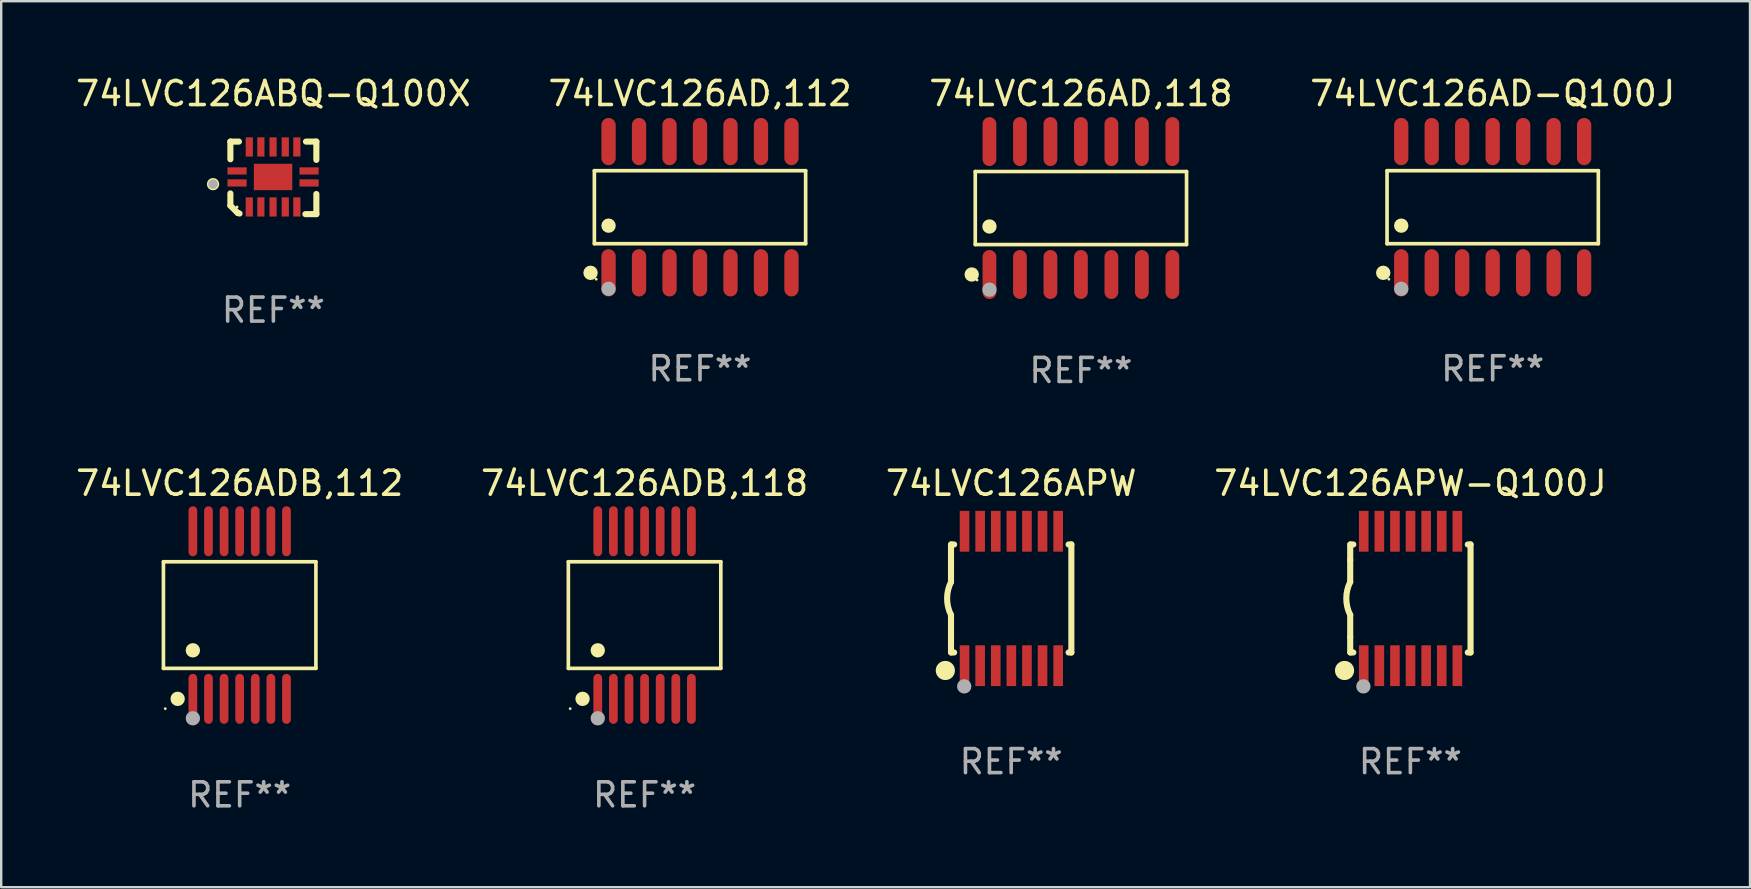
<source format=kicad_pcb>
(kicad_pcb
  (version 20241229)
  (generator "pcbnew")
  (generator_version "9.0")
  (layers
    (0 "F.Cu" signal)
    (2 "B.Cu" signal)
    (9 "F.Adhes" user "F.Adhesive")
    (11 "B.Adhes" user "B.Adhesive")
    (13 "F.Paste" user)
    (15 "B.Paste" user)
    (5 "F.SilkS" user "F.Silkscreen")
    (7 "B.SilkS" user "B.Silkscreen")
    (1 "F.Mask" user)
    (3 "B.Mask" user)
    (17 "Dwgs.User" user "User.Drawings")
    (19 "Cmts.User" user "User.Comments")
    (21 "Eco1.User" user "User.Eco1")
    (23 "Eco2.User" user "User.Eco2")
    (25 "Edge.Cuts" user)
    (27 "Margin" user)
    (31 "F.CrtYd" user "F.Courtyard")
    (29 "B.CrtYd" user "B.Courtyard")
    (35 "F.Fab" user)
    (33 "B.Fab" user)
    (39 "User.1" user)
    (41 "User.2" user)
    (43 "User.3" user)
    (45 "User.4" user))
  (footprint "74LVC126APW"
    (layer "F.Cu")
    (at 39.077 21.883)
    (property "Reference" "74LVC126APW" (at 0 -4.8 0) (layer "F.SilkS") (effects (font (size 1 1) (thickness 0.15))))
    (attr through_hole)
    (fp_line (start -2.507 -1.6) (end -2.507 -2.25) (stroke (width 0.254) (type solid)) (layer "F.SilkS"))
    (fp_line (start -2.507 -0.686) (end -2.507 -1.6) (stroke (width 0.254) (type solid)) (layer "F.SilkS"))
    (fp_line (start -2.507 1.6) (end -2.507 0.686) (stroke (width 0.254) (type solid)) (layer "F.SilkS"))
    (fp_line (start -2.507 1.6) (end -2.507 2.25) (stroke (width 0.254) (type solid)) (layer "F.SilkS"))
    (fp_line (start -2.493 -2.25) (end -2.377 -2.25) (stroke (width 0.254) (type solid)) (layer "F.SilkS"))
    (fp_line (start -2.377 2.25) (end -2.493 2.25) (stroke (width 0.254) (type solid)) (layer "F.SilkS"))
    (fp_line (start 2.392 -2.25) (end 2.507 -2.25) (stroke (width 0.254) (type solid)) (layer "F.SilkS"))
    (fp_line (start 2.507 -2.25) (end 2.507 2.25) (stroke (width 0.254) (type solid)) (layer "F.SilkS"))
    (fp_line (start 2.507 2.25) (end 2.392 2.25) (stroke (width 0.254) (type solid)) (layer "F.SilkS"))
    (fp_arc (start -2.507303 0.685802) (mid -2.669199 0) (end -2.507303 -0.685801) (stroke (width 0.254001) (type solid)) (layer "F.SilkS"))
    (fp_circle (center -2.743 3) (end -2.543 3) (stroke (width 0.4) (type solid)) (fill no) (layer "F.SilkS"))
    (fp_circle (center -2.493 3.2) (end -2.463 3.2) (stroke (width 0.06) (type solid)) (fill no) (layer "F.SilkS"))
    (fp_circle (center -1.957 3.662) (end -1.807 3.662) (stroke (width 0.3) (type solid)) (fill no) (layer "F.Fab"))
    (fp_text user "REF**" (at 0 6.8 0) (layer "F.Fab") (effects (font (size 1 1) (thickness 0.15))))
    (pad "1" smd rect (at -1.943 2.8) (size 0.4 1.7) (layers "F.Cu" "F.Mask" "F.Paste"))
    (pad "2" smd rect (at -1.293 2.8) (size 0.4 1.7) (layers "F.Cu" "F.Mask" "F.Paste"))
    (pad "3" smd rect (at -0.643 2.8) (size 0.4 1.7) (layers "F.Cu" "F.Mask" "F.Paste"))
    (pad "4" smd rect (at 0.007 2.8) (size 0.4 1.7) (layers "F.Cu" "F.Mask" "F.Paste"))
    (pad "5" smd rect (at 0.657 2.8) (size 0.4 1.7) (layers "F.Cu" "F.Mask" "F.Paste"))
    (pad "6" smd rect (at 1.307 2.8) (size 0.4 1.7) (layers "F.Cu" "F.Mask" "F.Paste"))
    (pad "7" smd rect (at 1.957 2.8) (size 0.4 1.7) (layers "F.Cu" "F.Mask" "F.Paste"))
    (pad "8" smd rect (at 1.957 -2.8) (size 0.4 1.7) (layers "F.Cu" "F.Mask" "F.Paste"))
    (pad "9" smd rect (at 1.307 -2.8) (size 0.4 1.7) (layers "F.Cu" "F.Mask" "F.Paste"))
    (pad "10" smd rect (at 0.657 -2.8) (size 0.4 1.7) (layers "F.Cu" "F.Mask" "F.Paste"))
    (pad "11" smd rect (at 0.007 -2.8) (size 0.4 1.7) (layers "F.Cu" "F.Mask" "F.Paste"))
    (pad "12" smd rect (at -0.643 -2.8) (size 0.4 1.7) (layers "F.Cu" "F.Mask" "F.Paste"))
    (pad "13" smd rect (at -1.293 -2.8) (size 0.4 1.7) (layers "F.Cu" "F.Mask" "F.Paste"))
    (pad "14" smd rect (at -1.943 -2.8) (size 0.4 1.7) (layers "F.Cu" "F.Mask" "F.Paste")))
  (footprint "74LVC126AD-Q100J"
    (layer "F.Cu")
    (at 59.137 5.582)
    (property "Reference" "74LVC126AD-Q100J" (at 0 -4.734 0) (layer "F.SilkS") (effects (font (size 1 1) (thickness 0.15))))
    (attr through_hole)
    (fp_line (start -4.401 -1.521) (end 4.401 -1.521) (stroke (width 0.152) (type solid)) (layer "F.SilkS"))
    (fp_line (start -4.401 1.521) (end -4.401 -1.521) (stroke (width 0.152) (type solid)) (layer "F.SilkS"))
    (fp_line (start 4.401 -1.521) (end 4.401 1.521) (stroke (width 0.152) (type solid)) (layer "F.SilkS"))
    (fp_line (start 4.401 1.521) (end -4.401 1.521) (stroke (width 0.152) (type solid)) (layer "F.SilkS"))
    (fp_circle (center -4.56 2.734) (end -4.41 2.734) (stroke (width 0.3) (type solid)) (fill no) (layer "F.SilkS"))
    (fp_circle (center -4.325 3) (end -4.295 3) (stroke (width 0.06) (type solid)) (fill no) (layer "F.SilkS"))
    (fp_circle (center -3.81 0.769) (end -3.66 0.769) (stroke (width 0.3) (type solid)) (fill no) (layer "F.SilkS"))
    (fp_circle (center -3.81 3.4) (end -3.66 3.4) (stroke (width 0.3) (type solid)) (fill no) (layer "F.Fab"))
    (fp_text user "REF**" (at 0 6.734 0) (layer "F.Fab") (effects (font (size 1 1) (thickness 0.15))))
    (pad "1" smd oval (at -3.81 2.734) (size 0.595 1.968) (layers "F.Cu" "F.Mask" "F.Paste"))
    (pad "2" smd oval (at -2.54 2.734) (size 0.595 1.968) (layers "F.Cu" "F.Mask" "F.Paste"))
    (pad "3" smd oval (at -1.27 2.734) (size 0.595 1.968) (layers "F.Cu" "F.Mask" "F.Paste"))
    (pad "4" smd oval (at 0 2.734) (size 0.595 1.968) (layers "F.Cu" "F.Mask" "F.Paste"))
    (pad "5" smd oval (at 1.27 2.734) (size 0.595 1.968) (layers "F.Cu" "F.Mask" "F.Paste"))
    (pad "6" smd oval (at 2.54 2.734) (size 0.595 1.968) (layers "F.Cu" "F.Mask" "F.Paste"))
    (pad "7" smd oval (at 3.81 2.734) (size 0.595 1.968) (layers "F.Cu" "F.Mask" "F.Paste"))
    (pad "8" smd oval (at 3.81 -2.734) (size 0.595 1.968) (layers "F.Cu" "F.Mask" "F.Paste"))
    (pad "9" smd oval (at 2.54 -2.734) (size 0.595 1.968) (layers "F.Cu" "F.Mask" "F.Paste"))
    (pad "10" smd oval (at 1.27 -2.734) (size 0.595 1.968) (layers "F.Cu" "F.Mask" "F.Paste"))
    (pad "11" smd oval (at 0 -2.734) (size 0.595 1.968) (layers "F.Cu" "F.Mask" "F.Paste"))
    (pad "12" smd oval (at -1.27 -2.734) (size 0.595 1.968) (layers "F.Cu" "F.Mask" "F.Paste"))
    (pad "13" smd oval (at -2.54 -2.734) (size 0.595 1.968) (layers "F.Cu" "F.Mask" "F.Paste"))
    (pad "14" smd oval (at -3.81 -2.734) (size 0.595 1.968) (layers "F.Cu" "F.Mask" "F.Paste")))
  (footprint "74LVC126ADB,112"
    (layer "F.Cu")
    (at 6.935 22.574)
    (property "Reference" "74LVC126ADB,112" (at 0 -5.491 0) (layer "F.SilkS") (effects (font (size 1 1) (thickness 0.15))))
    (attr through_hole)
    (fp_line (start -3.176 -2.221) (end 3.176 -2.221) (stroke (width 0.152) (type solid)) (layer "F.SilkS"))
    (fp_line (start -3.176 2.221) (end -3.176 -2.221) (stroke (width 0.152) (type solid)) (layer "F.SilkS"))
    (fp_line (start 3.176 -2.221) (end 3.176 2.221) (stroke (width 0.152) (type solid)) (layer "F.SilkS"))
    (fp_line (start 3.176 2.221) (end -3.176 2.221) (stroke (width 0.152) (type solid)) (layer "F.SilkS"))
    (fp_circle (center -3.1 3.9) (end -3.07 3.9) (stroke (width 0.06) (type solid)) (fill no) (layer "F.SilkS"))
    (fp_circle (center -2.584 3.491) (end -2.434 3.491) (stroke (width 0.3) (type solid)) (fill no) (layer "F.SilkS"))
    (fp_circle (center -1.95 1.469) (end -1.8 1.469) (stroke (width 0.3) (type solid)) (fill no) (layer "F.SilkS"))
    (fp_circle (center -1.95 4.3) (end -1.8 4.3) (stroke (width 0.3) (type solid)) (fill no) (layer "F.Fab"))
    (fp_text user "REF**" (at 0 7.491 0) (layer "F.Fab") (effects (font (size 1 1) (thickness 0.15))))
    (pad "1" smd oval (at -1.95 3.491) (size 0.364 2.082) (layers "F.Cu" "F.Mask" "F.Paste"))
    (pad "2" smd oval (at -1.3 3.491) (size 0.364 2.082) (layers "F.Cu" "F.Mask" "F.Paste"))
    (pad "3" smd oval (at -0.65 3.491) (size 0.364 2.082) (layers "F.Cu" "F.Mask" "F.Paste"))
    (pad "4" smd oval (at 0 3.491) (size 0.364 2.082) (layers "F.Cu" "F.Mask" "F.Paste"))
    (pad "5" smd oval (at 0.65 3.491) (size 0.364 2.082) (layers "F.Cu" "F.Mask" "F.Paste"))
    (pad "6" smd oval (at 1.3 3.491) (size 0.364 2.082) (layers "F.Cu" "F.Mask" "F.Paste"))
    (pad "7" smd oval (at 1.95 3.491) (size 0.364 2.082) (layers "F.Cu" "F.Mask" "F.Paste"))
    (pad "8" smd oval (at 1.95 -3.491) (size 0.364 2.082) (layers "F.Cu" "F.Mask" "F.Paste"))
    (pad "9" smd oval (at 1.3 -3.491) (size 0.364 2.082) (layers "F.Cu" "F.Mask" "F.Paste"))
    (pad "10" smd oval (at 0.65 -3.491) (size 0.364 2.082) (layers "F.Cu" "F.Mask" "F.Paste"))
    (pad "11" smd oval (at 0 -3.491) (size 0.364 2.082) (layers "F.Cu" "F.Mask" "F.Paste"))
    (pad "12" smd oval (at -0.65 -3.491) (size 0.364 2.082) (layers "F.Cu" "F.Mask" "F.Paste"))
    (pad "13" smd oval (at -1.3 -3.491) (size 0.364 2.082) (layers "F.Cu" "F.Mask" "F.Paste"))
    (pad "14" smd oval (at -1.95 -3.491) (size 0.364 2.082) (layers "F.Cu" "F.Mask" "F.Paste")))
  (footprint "74LVC126APW-Q100J"
    (layer "F.Cu")
    (at 55.708 21.883)
    (property "Reference" "74LVC126APW-Q100J" (at 0 -4.8 0) (layer "F.SilkS") (effects (font (size 1 1) (thickness 0.15))))
    (attr through_hole)
    (fp_line (start -2.507 -1.6) (end -2.507 -2.25) (stroke (width 0.254) (type solid)) (layer "F.SilkS"))
    (fp_line (start -2.507 -0.686) (end -2.507 -1.6) (stroke (width 0.254) (type solid)) (layer "F.SilkS"))
    (fp_line (start -2.507 1.6) (end -2.507 0.686) (stroke (width 0.254) (type solid)) (layer "F.SilkS"))
    (fp_line (start -2.507 1.6) (end -2.507 2.25) (stroke (width 0.254) (type solid)) (layer "F.SilkS"))
    (fp_line (start -2.493 -2.25) (end -2.377 -2.25) (stroke (width 0.254) (type solid)) (layer "F.SilkS"))
    (fp_line (start -2.377 2.25) (end -2.493 2.25) (stroke (width 0.254) (type solid)) (layer "F.SilkS"))
    (fp_line (start 2.392 -2.25) (end 2.507 -2.25) (stroke (width 0.254) (type solid)) (layer "F.SilkS"))
    (fp_line (start 2.507 -2.25) (end 2.507 2.25) (stroke (width 0.254) (type solid)) (layer "F.SilkS"))
    (fp_line (start 2.507 2.25) (end 2.392 2.25) (stroke (width 0.254) (type solid)) (layer "F.SilkS"))
    (fp_arc (start -2.507303 0.685802) (mid -2.669199 0) (end -2.507303 -0.685801) (stroke (width 0.254001) (type solid)) (layer "F.SilkS"))
    (fp_circle (center -2.743 3) (end -2.543 3) (stroke (width 0.4) (type solid)) (fill no) (layer "F.SilkS"))
    (fp_circle (center -2.493 3.2) (end -2.463 3.2) (stroke (width 0.06) (type solid)) (fill no) (layer "F.SilkS"))
    (fp_circle (center -1.957 3.662) (end -1.807 3.662) (stroke (width 0.3) (type solid)) (fill no) (layer "F.Fab"))
    (fp_text user "REF**" (at 0 6.8 0) (layer "F.Fab") (effects (font (size 1 1) (thickness 0.15))))
    (pad "1" smd rect (at -1.943 2.8) (size 0.4 1.7) (layers "F.Cu" "F.Mask" "F.Paste"))
    (pad "2" smd rect (at -1.293 2.8) (size 0.4 1.7) (layers "F.Cu" "F.Mask" "F.Paste"))
    (pad "3" smd rect (at -0.643 2.8) (size 0.4 1.7) (layers "F.Cu" "F.Mask" "F.Paste"))
    (pad "4" smd rect (at 0.007 2.8) (size 0.4 1.7) (layers "F.Cu" "F.Mask" "F.Paste"))
    (pad "5" smd rect (at 0.657 2.8) (size 0.4 1.7) (layers "F.Cu" "F.Mask" "F.Paste"))
    (pad "6" smd rect (at 1.307 2.8) (size 0.4 1.7) (layers "F.Cu" "F.Mask" "F.Paste"))
    (pad "7" smd rect (at 1.957 2.8) (size 0.4 1.7) (layers "F.Cu" "F.Mask" "F.Paste"))
    (pad "8" smd rect (at 1.957 -2.8) (size 0.4 1.7) (layers "F.Cu" "F.Mask" "F.Paste"))
    (pad "9" smd rect (at 1.307 -2.8) (size 0.4 1.7) (layers "F.Cu" "F.Mask" "F.Paste"))
    (pad "10" smd rect (at 0.657 -2.8) (size 0.4 1.7) (layers "F.Cu" "F.Mask" "F.Paste"))
    (pad "11" smd rect (at 0.007 -2.8) (size 0.4 1.7) (layers "F.Cu" "F.Mask" "F.Paste"))
    (pad "12" smd rect (at -0.643 -2.8) (size 0.4 1.7) (layers "F.Cu" "F.Mask" "F.Paste"))
    (pad "13" smd rect (at -1.293 -2.8) (size 0.4 1.7) (layers "F.Cu" "F.Mask" "F.Paste"))
    (pad "14" smd rect (at -1.943 -2.8) (size 0.4 1.7) (layers "F.Cu" "F.Mask" "F.Paste")))
  (footprint "74LVC126ADB,118"
    (layer "F.Cu")
    (at 23.804 22.574)
    (property "Reference" "74LVC126ADB,118" (at 0 -5.491 0) (layer "F.SilkS") (effects (font (size 1 1) (thickness 0.15))))
    (attr through_hole)
    (fp_line (start -3.176 -2.221) (end 3.176 -2.221) (stroke (width 0.152) (type solid)) (layer "F.SilkS"))
    (fp_line (start -3.176 2.221) (end -3.176 -2.221) (stroke (width 0.152) (type solid)) (layer "F.SilkS"))
    (fp_line (start 3.176 -2.221) (end 3.176 2.221) (stroke (width 0.152) (type solid)) (layer "F.SilkS"))
    (fp_line (start 3.176 2.221) (end -3.176 2.221) (stroke (width 0.152) (type solid)) (layer "F.SilkS"))
    (fp_circle (center -3.1 3.9) (end -3.07 3.9) (stroke (width 0.06) (type solid)) (fill no) (layer "F.SilkS"))
    (fp_circle (center -2.584 3.491) (end -2.434 3.491) (stroke (width 0.3) (type solid)) (fill no) (layer "F.SilkS"))
    (fp_circle (center -1.95 1.469) (end -1.8 1.469) (stroke (width 0.3) (type solid)) (fill no) (layer "F.SilkS"))
    (fp_circle (center -1.95 4.3) (end -1.8 4.3) (stroke (width 0.3) (type solid)) (fill no) (layer "F.Fab"))
    (fp_text user "REF**" (at 0 7.491 0) (layer "F.Fab") (effects (font (size 1 1) (thickness 0.15))))
    (pad "1" smd oval (at -1.95 3.491) (size 0.364 2.082) (layers "F.Cu" "F.Mask" "F.Paste"))
    (pad "2" smd oval (at -1.3 3.491) (size 0.364 2.082) (layers "F.Cu" "F.Mask" "F.Paste"))
    (pad "3" smd oval (at -0.65 3.491) (size 0.364 2.082) (layers "F.Cu" "F.Mask" "F.Paste"))
    (pad "4" smd oval (at 0 3.491) (size 0.364 2.082) (layers "F.Cu" "F.Mask" "F.Paste"))
    (pad "5" smd oval (at 0.65 3.491) (size 0.364 2.082) (layers "F.Cu" "F.Mask" "F.Paste"))
    (pad "6" smd oval (at 1.3 3.491) (size 0.364 2.082) (layers "F.Cu" "F.Mask" "F.Paste"))
    (pad "7" smd oval (at 1.95 3.491) (size 0.364 2.082) (layers "F.Cu" "F.Mask" "F.Paste"))
    (pad "8" smd oval (at 1.95 -3.491) (size 0.364 2.082) (layers "F.Cu" "F.Mask" "F.Paste"))
    (pad "9" smd oval (at 1.3 -3.491) (size 0.364 2.082) (layers "F.Cu" "F.Mask" "F.Paste"))
    (pad "10" smd oval (at 0.65 -3.491) (size 0.364 2.082) (layers "F.Cu" "F.Mask" "F.Paste"))
    (pad "11" smd oval (at 0 -3.491) (size 0.364 2.082) (layers "F.Cu" "F.Mask" "F.Paste"))
    (pad "12" smd oval (at -0.65 -3.491) (size 0.364 2.082) (layers "F.Cu" "F.Mask" "F.Paste"))
    (pad "13" smd oval (at -1.3 -3.491) (size 0.364 2.082) (layers "F.Cu" "F.Mask" "F.Paste"))
    (pad "14" smd oval (at -1.95 -3.491) (size 0.364 2.082) (layers "F.Cu" "F.Mask" "F.Paste")))
  (footprint "74LVC126ABQ-Q100X"
    (layer "F.Cu")
    (at 8.339 4.36)
    (property "Reference" "74LVC126ABQ-Q100X" (at 0 -3.511 0) (layer "F.SilkS") (effects (font (size 1 1) (thickness 0.15))))
    (attr through_hole)
    (fp_line (start -1.791 -1.511) (end -1.435 -1.511) (stroke (width 0.254) (type solid)) (layer "F.SilkS"))
    (fp_line (start -1.791 -0.775) (end -1.791 -1.511) (stroke (width 0.254) (type solid)) (layer "F.SilkS"))
    (fp_line (start -1.791 1.156) (end -1.791 0.648) (stroke (width 0.254) (type solid)) (layer "F.SilkS"))
    (fp_line (start -1.486 1.461) (end -1.791 1.156) (stroke (width 0.254) (type solid)) (layer "F.SilkS"))
    (fp_line (start -1.41 1.486) (end -1.486 1.461) (stroke (width 0.254) (type solid)) (layer "F.SilkS"))
    (fp_line (start 1.334 1.511) (end 1.791 1.511) (stroke (width 0.254) (type solid)) (layer "F.SilkS"))
    (fp_line (start 1.791 -1.511) (end 1.359 -1.511) (stroke (width 0.254) (type solid)) (layer "F.SilkS"))
    (fp_line (start 1.791 -0.749) (end 1.791 -1.511) (stroke (width 0.254) (type solid)) (layer "F.SilkS"))
    (fp_line (start 1.791 1.511) (end 1.791 0.673) (stroke (width 0.254) (type solid)) (layer "F.SilkS"))
    (fp_circle (center -2.513 0.262) (end -2.383 0.262) (stroke (width 0.254) (type solid)) (fill no) (layer "F.SilkS"))
    (fp_circle (center -1.513 1.212) (end -1.483 1.212) (stroke (width 0.06) (type solid)) (fill no) (layer "F.SilkS"))
    (fp_circle (center -2.513 0.262) (end -2.413 0.262) (stroke (width 0.2) (type solid)) (fill no) (layer "F.Fab"))
    (fp_text user "REF**" (at 0 5.511 0) (layer "F.Fab") (effects (font (size 1 1) (thickness 0.15))))
    (pad "1" smd rect (at -1.513 0.212) (size 0.8 0.3) (layers "F.Cu" "F.Mask" "F.Paste"))
    (pad "2" smd rect (at -1.003 1.212) (size 0.3 0.8) (layers "F.Cu" "F.Mask" "F.Paste"))
    (pad "3" smd rect (at -0.521 1.212) (size 0.3 0.8) (layers "F.Cu" "F.Mask" "F.Paste"))
    (pad "4" smd rect (at -0.013 1.212) (size 0.3 0.8) (layers "F.Cu" "F.Mask" "F.Paste"))
    (pad "5" smd rect (at 0.495 1.212) (size 0.3 0.8) (layers "F.Cu" "F.Mask" "F.Paste"))
    (pad "6" smd rect (at 0.978 1.212) (size 0.3 0.8) (layers "F.Cu" "F.Mask" "F.Paste"))
    (pad "7" smd rect (at 1.487 0.212) (size 0.8 0.3) (layers "F.Cu" "F.Mask" "F.Paste"))
    (pad "8" smd rect (at 1.487 -0.288) (size 0.8 0.3) (layers "F.Cu" "F.Mask" "F.Paste"))
    (pad "9" smd rect (at 0.978 -1.288) (size 0.3 0.8) (layers "F.Cu" "F.Mask" "F.Paste"))
    (pad "10" smd rect (at 0.495 -1.288) (size 0.3 0.8) (layers "F.Cu" "F.Mask" "F.Paste"))
    (pad "11" smd rect (at -0.013 -1.288) (size 0.3 0.8) (layers "F.Cu" "F.Mask" "F.Paste"))
    (pad "12" smd rect (at -0.521 -1.288) (size 0.3 0.8) (layers "F.Cu" "F.Mask" "F.Paste"))
    (pad "13" smd rect (at -1.003 -1.288) (size 0.3 0.8) (layers "F.Cu" "F.Mask" "F.Paste"))
    (pad "14" smd rect (at -1.513 -0.288) (size 0.8 0.3) (layers "F.Cu" "F.Mask" "F.Paste"))
    (pad "15" smd rect (at -0.013 -0.038 90) (size 1.1 1.6) (layers "F.Cu" "F.Mask" "F.Paste")))
  (footprint "74LVC126AD,118"
    (layer "F.Cu")
    (at 41.982 5.617)
    (property "Reference" "74LVC126AD,118" (at 0 -4.769 0) (layer "F.SilkS") (effects (font (size 1 1) (thickness 0.15))))
    (attr through_hole)
    (fp_line (start -4.401 -1.521) (end 4.401 -1.521) (stroke (width 0.152) (type solid)) (layer "F.SilkS"))
    (fp_line (start -4.401 1.521) (end -4.401 -1.521) (stroke (width 0.152) (type solid)) (layer "F.SilkS"))
    (fp_line (start 4.401 -1.521) (end 4.401 1.521) (stroke (width 0.152) (type solid)) (layer "F.SilkS"))
    (fp_line (start 4.401 1.521) (end -4.401 1.521) (stroke (width 0.152) (type solid)) (layer "F.SilkS"))
    (fp_circle (center -4.549 2.769) (end -4.399 2.769) (stroke (width 0.3) (type solid)) (fill no) (layer "F.SilkS"))
    (fp_circle (center -4.325 3) (end -4.295 3) (stroke (width 0.06) (type solid)) (fill no) (layer "F.SilkS"))
    (fp_circle (center -3.81 0.769) (end -3.66 0.769) (stroke (width 0.3) (type solid)) (fill no) (layer "F.SilkS"))
    (fp_circle (center -3.81 3.4) (end -3.66 3.4) (stroke (width 0.3) (type solid)) (fill no) (layer "F.Fab"))
    (fp_text user "REF**" (at 0 6.769 0) (layer "F.Fab") (effects (font (size 1 1) (thickness 0.15))))
    (pad "1" smd oval (at -3.81 2.769) (size 0.574 2.038) (layers "F.Cu" "F.Mask" "F.Paste"))
    (pad "2" smd oval (at -2.54 2.769) (size 0.574 2.038) (layers "F.Cu" "F.Mask" "F.Paste"))
    (pad "3" smd oval (at -1.27 2.769) (size 0.574 2.038) (layers "F.Cu" "F.Mask" "F.Paste"))
    (pad "4" smd oval (at 0 2.769) (size 0.574 2.038) (layers "F.Cu" "F.Mask" "F.Paste"))
    (pad "5" smd oval (at 1.27 2.769) (size 0.574 2.038) (layers "F.Cu" "F.Mask" "F.Paste"))
    (pad "6" smd oval (at 2.54 2.769) (size 0.574 2.038) (layers "F.Cu" "F.Mask" "F.Paste"))
    (pad "7" smd oval (at 3.81 2.769) (size 0.574 2.038) (layers "F.Cu" "F.Mask" "F.Paste"))
    (pad "8" smd oval (at 3.81 -2.769) (size 0.574 2.038) (layers "F.Cu" "F.Mask" "F.Paste"))
    (pad "9" smd oval (at 2.54 -2.769) (size 0.574 2.038) (layers "F.Cu" "F.Mask" "F.Paste"))
    (pad "10" smd oval (at 1.27 -2.769) (size 0.574 2.038) (layers "F.Cu" "F.Mask" "F.Paste"))
    (pad "11" smd oval (at 0 -2.769) (size 0.574 2.038) (layers "F.Cu" "F.Mask" "F.Paste"))
    (pad "12" smd oval (at -1.27 -2.769) (size 0.574 2.038) (layers "F.Cu" "F.Mask" "F.Paste"))
    (pad "13" smd oval (at -2.54 -2.769) (size 0.574 2.038) (layers "F.Cu" "F.Mask" "F.Paste"))
    (pad "14" smd oval (at -3.81 -2.769) (size 0.574 2.038) (layers "F.Cu" "F.Mask" "F.Paste")))
  (footprint "74LVC126AD,112"
    (layer "F.Cu")
    (at 26.113 5.582)
    (property "Reference" "74LVC126AD,112" (at 0 -4.734 0) (layer "F.SilkS") (effects (font (size 1 1) (thickness 0.15))))
    (attr through_hole)
    (fp_line (start -4.401 -1.521) (end 4.401 -1.521) (stroke (width 0.152) (type solid)) (layer "F.SilkS"))
    (fp_line (start -4.401 1.521) (end -4.401 -1.521) (stroke (width 0.152) (type solid)) (layer "F.SilkS"))
    (fp_line (start 4.401 -1.521) (end 4.401 1.521) (stroke (width 0.152) (type solid)) (layer "F.SilkS"))
    (fp_line (start 4.401 1.521) (end -4.401 1.521) (stroke (width 0.152) (type solid)) (layer "F.SilkS"))
    (fp_circle (center -4.56 2.734) (end -4.41 2.734) (stroke (width 0.3) (type solid)) (fill no) (layer "F.SilkS"))
    (fp_circle (center -4.325 3) (end -4.295 3) (stroke (width 0.06) (type solid)) (fill no) (layer "F.SilkS"))
    (fp_circle (center -3.81 0.769) (end -3.66 0.769) (stroke (width 0.3) (type solid)) (fill no) (layer "F.SilkS"))
    (fp_circle (center -3.81 3.4) (end -3.66 3.4) (stroke (width 0.3) (type solid)) (fill no) (layer "F.Fab"))
    (fp_text user "REF**" (at 0 6.734 0) (layer "F.Fab") (effects (font (size 1 1) (thickness 0.15))))
    (pad "1" smd oval (at -3.81 2.734) (size 0.595 1.968) (layers "F.Cu" "F.Mask" "F.Paste"))
    (pad "2" smd oval (at -2.54 2.734) (size 0.595 1.968) (layers "F.Cu" "F.Mask" "F.Paste"))
    (pad "3" smd oval (at -1.27 2.734) (size 0.595 1.968) (layers "F.Cu" "F.Mask" "F.Paste"))
    (pad "4" smd oval (at 0 2.734) (size 0.595 1.968) (layers "F.Cu" "F.Mask" "F.Paste"))
    (pad "5" smd oval (at 1.27 2.734) (size 0.595 1.968) (layers "F.Cu" "F.Mask" "F.Paste"))
    (pad "6" smd oval (at 2.54 2.734) (size 0.595 1.968) (layers "F.Cu" "F.Mask" "F.Paste"))
    (pad "7" smd oval (at 3.81 2.734) (size 0.595 1.968) (layers "F.Cu" "F.Mask" "F.Paste"))
    (pad "8" smd oval (at 3.81 -2.734) (size 0.595 1.968) (layers "F.Cu" "F.Mask" "F.Paste"))
    (pad "9" smd oval (at 2.54 -2.734) (size 0.595 1.968) (layers "F.Cu" "F.Mask" "F.Paste"))
    (pad "10" smd oval (at 1.27 -2.734) (size 0.595 1.968) (layers "F.Cu" "F.Mask" "F.Paste"))
    (pad "11" smd oval (at 0 -2.734) (size 0.595 1.968) (layers "F.Cu" "F.Mask" "F.Paste"))
    (pad "12" smd oval (at -1.27 -2.734) (size 0.595 1.968) (layers "F.Cu" "F.Mask" "F.Paste"))
    (pad "13" smd oval (at -2.54 -2.734) (size 0.595 1.968) (layers "F.Cu" "F.Mask" "F.Paste"))
    (pad "14" smd oval (at -3.81 -2.734) (size 0.595 1.968) (layers "F.Cu" "F.Mask" "F.Paste")))
  (gr_rect
    (start -3 -3)
    (end 69.857 33.913)
    (stroke (width 0.1) (type default))
    (fill no)
    (layer "Edge.Cuts")))
</source>
